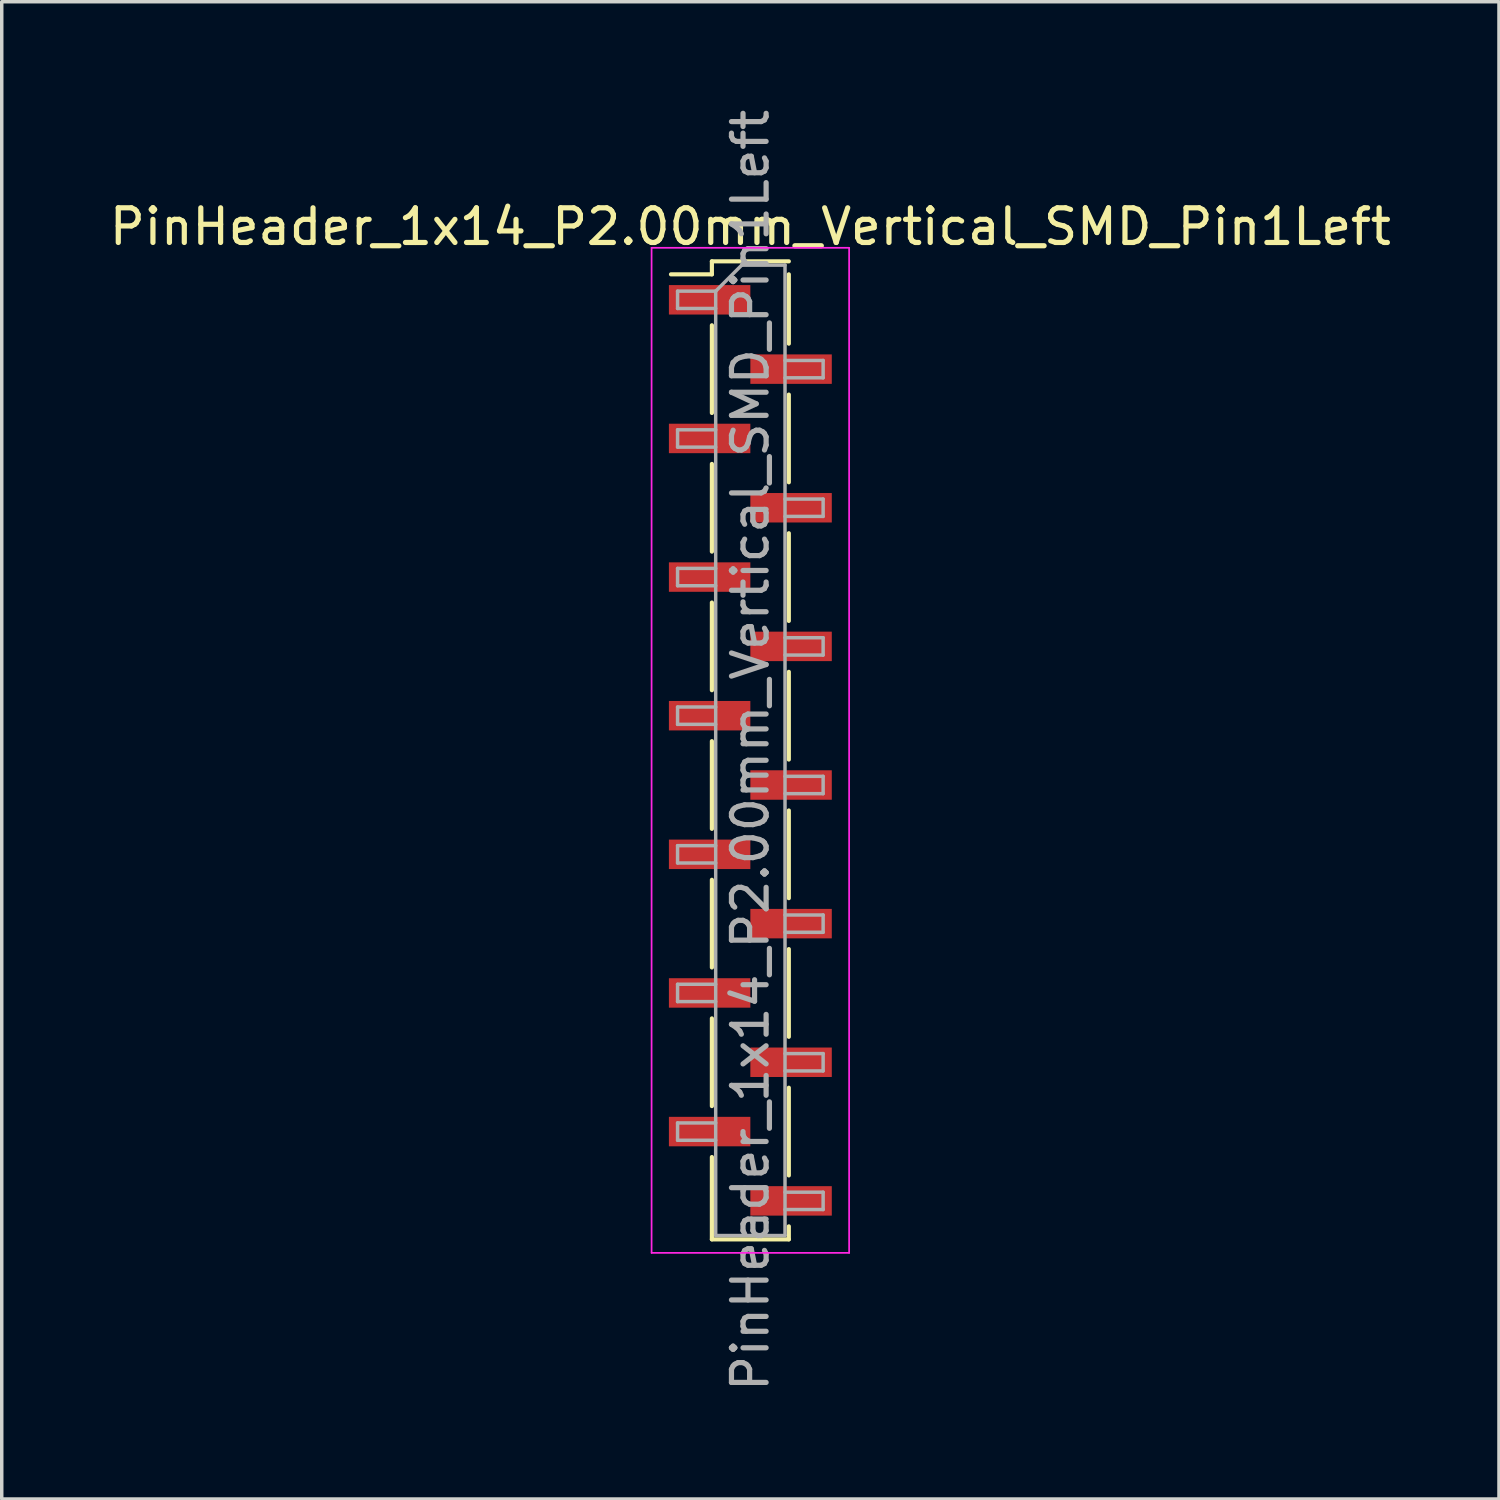
<source format=kicad_pcb>
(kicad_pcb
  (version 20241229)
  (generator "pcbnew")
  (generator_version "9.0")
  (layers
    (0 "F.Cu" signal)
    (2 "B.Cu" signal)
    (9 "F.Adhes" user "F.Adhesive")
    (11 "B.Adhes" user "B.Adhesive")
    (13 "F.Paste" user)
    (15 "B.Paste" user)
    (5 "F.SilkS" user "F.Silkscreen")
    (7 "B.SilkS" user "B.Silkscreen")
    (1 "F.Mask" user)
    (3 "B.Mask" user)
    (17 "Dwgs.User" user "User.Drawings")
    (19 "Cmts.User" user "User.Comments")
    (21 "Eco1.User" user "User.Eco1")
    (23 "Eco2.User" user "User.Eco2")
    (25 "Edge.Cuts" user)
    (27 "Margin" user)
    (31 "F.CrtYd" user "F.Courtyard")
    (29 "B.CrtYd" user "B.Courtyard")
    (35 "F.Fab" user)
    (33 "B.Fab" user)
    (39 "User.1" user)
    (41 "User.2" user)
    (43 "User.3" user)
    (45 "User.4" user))
  (footprint "PinHeader_1x14_P2.00mm_Vertical_SMD_Pin1Left"
    (layer "F.Cu")
    (at 18.601 18.601)
    (property "Reference" "PinHeader_1x14_P2.00mm_Vertical_SMD_Pin1Left" (at 0 -15.11 0) (layer "F.SilkS") (effects (font (size 1 1) (thickness 0.15))))
    (attr smd)
    (fp_line (start -1.11 -14.11) (end -1.11 -13.735) (stroke (width 0.12) (type solid)) (layer "F.SilkS"))
    (fp_line (start -1.11 -14.11) (end 1.11 -14.11) (stroke (width 0.12) (type solid)) (layer "F.SilkS"))
    (fp_line (start -1.11 -13.735) (end -2.29 -13.735) (stroke (width 0.12) (type solid)) (layer "F.SilkS"))
    (fp_line (start -1.11 -12.265) (end -1.11 -9.735) (stroke (width 0.12) (type solid)) (layer "F.SilkS"))
    (fp_line (start -1.11 -8.265) (end -1.11 -5.735) (stroke (width 0.12) (type solid)) (layer "F.SilkS"))
    (fp_line (start -1.11 -4.265) (end -1.11 -1.735) (stroke (width 0.12) (type solid)) (layer "F.SilkS"))
    (fp_line (start -1.11 -0.265) (end -1.11 2.265) (stroke (width 0.12) (type solid)) (layer "F.SilkS"))
    (fp_line (start -1.11 3.735) (end -1.11 6.265) (stroke (width 0.12) (type solid)) (layer "F.SilkS"))
    (fp_line (start -1.11 7.735) (end -1.11 10.265) (stroke (width 0.12) (type solid)) (layer "F.SilkS"))
    (fp_line (start -1.11 11.735) (end -1.11 14.11) (stroke (width 0.12) (type solid)) (layer "F.SilkS"))
    (fp_line (start -1.11 14.11) (end 1.11 14.11) (stroke (width 0.12) (type solid)) (layer "F.SilkS"))
    (fp_line (start 1.11 -13.735) (end 1.11 -11.735) (stroke (width 0.12) (type solid)) (layer "F.SilkS"))
    (fp_line (start 1.11 -10.265) (end 1.11 -7.735) (stroke (width 0.12) (type solid)) (layer "F.SilkS"))
    (fp_line (start 1.11 -6.265) (end 1.11 -3.735) (stroke (width 0.12) (type solid)) (layer "F.SilkS"))
    (fp_line (start 1.11 -2.265) (end 1.11 0.265) (stroke (width 0.12) (type solid)) (layer "F.SilkS"))
    (fp_line (start 1.11 1.735) (end 1.11 4.265) (stroke (width 0.12) (type solid)) (layer "F.SilkS"))
    (fp_line (start 1.11 5.735) (end 1.11 8.265) (stroke (width 0.12) (type solid)) (layer "F.SilkS"))
    (fp_line (start 1.11 9.735) (end 1.11 12.265) (stroke (width 0.12) (type solid)) (layer "F.SilkS"))
    (fp_line (start 1.11 13.735) (end 1.11 14.11) (stroke (width 0.12) (type solid)) (layer "F.SilkS"))
    (fp_line (start -2.85 -14.5) (end -2.85 14.5) (stroke (width 0.05) (type solid)) (layer "F.CrtYd"))
    (fp_line (start -2.85 14.5) (end 2.85 14.5) (stroke (width 0.05) (type solid)) (layer "F.CrtYd"))
    (fp_line (start 2.85 -14.5) (end -2.85 -14.5) (stroke (width 0.05) (type solid)) (layer "F.CrtYd"))
    (fp_line (start 2.85 14.5) (end 2.85 -14.5) (stroke (width 0.05) (type solid)) (layer "F.CrtYd"))
    (fp_line (start -2.1 -13.25) (end -2.1 -12.75) (stroke (width 0.1) (type solid)) (layer "F.Fab"))
    (fp_line (start -2.1 -12.75) (end -1 -12.75) (stroke (width 0.1) (type solid)) (layer "F.Fab"))
    (fp_line (start -2.1 -9.25) (end -2.1 -8.75) (stroke (width 0.1) (type solid)) (layer "F.Fab"))
    (fp_line (start -2.1 -8.75) (end -1 -8.75) (stroke (width 0.1) (type solid)) (layer "F.Fab"))
    (fp_line (start -2.1 -5.25) (end -2.1 -4.75) (stroke (width 0.1) (type solid)) (layer "F.Fab"))
    (fp_line (start -2.1 -4.75) (end -1 -4.75) (stroke (width 0.1) (type solid)) (layer "F.Fab"))
    (fp_line (start -2.1 -1.25) (end -2.1 -0.75) (stroke (width 0.1) (type solid)) (layer "F.Fab"))
    (fp_line (start -2.1 -0.75) (end -1 -0.75) (stroke (width 0.1) (type solid)) (layer "F.Fab"))
    (fp_line (start -2.1 2.75) (end -2.1 3.25) (stroke (width 0.1) (type solid)) (layer "F.Fab"))
    (fp_line (start -2.1 3.25) (end -1 3.25) (stroke (width 0.1) (type solid)) (layer "F.Fab"))
    (fp_line (start -2.1 6.75) (end -2.1 7.25) (stroke (width 0.1) (type solid)) (layer "F.Fab"))
    (fp_line (start -2.1 7.25) (end -1 7.25) (stroke (width 0.1) (type solid)) (layer "F.Fab"))
    (fp_line (start -2.1 10.75) (end -2.1 11.25) (stroke (width 0.1) (type solid)) (layer "F.Fab"))
    (fp_line (start -2.1 11.25) (end -1 11.25) (stroke (width 0.1) (type solid)) (layer "F.Fab"))
    (fp_line (start -1 -13.25) (end -2.1 -13.25) (stroke (width 0.1) (type solid)) (layer "F.Fab"))
    (fp_line (start -1 -13.25) (end -0.25 -14) (stroke (width 0.1) (type solid)) (layer "F.Fab"))
    (fp_line (start -1 -9.25) (end -2.1 -9.25) (stroke (width 0.1) (type solid)) (layer "F.Fab"))
    (fp_line (start -1 -5.25) (end -2.1 -5.25) (stroke (width 0.1) (type solid)) (layer "F.Fab"))
    (fp_line (start -1 -1.25) (end -2.1 -1.25) (stroke (width 0.1) (type solid)) (layer "F.Fab"))
    (fp_line (start -1 2.75) (end -2.1 2.75) (stroke (width 0.1) (type solid)) (layer "F.Fab"))
    (fp_line (start -1 6.75) (end -2.1 6.75) (stroke (width 0.1) (type solid)) (layer "F.Fab"))
    (fp_line (start -1 10.75) (end -2.1 10.75) (stroke (width 0.1) (type solid)) (layer "F.Fab"))
    (fp_line (start -1 14) (end -1 -13.25) (stroke (width 0.1) (type solid)) (layer "F.Fab"))
    (fp_line (start -0.25 -14) (end 1 -14) (stroke (width 0.1) (type solid)) (layer "F.Fab"))
    (fp_line (start 1 -14) (end 1 14) (stroke (width 0.1) (type solid)) (layer "F.Fab"))
    (fp_line (start 1 -11.25) (end 2.1 -11.25) (stroke (width 0.1) (type solid)) (layer "F.Fab"))
    (fp_line (start 1 -7.25) (end 2.1 -7.25) (stroke (width 0.1) (type solid)) (layer "F.Fab"))
    (fp_line (start 1 -3.25) (end 2.1 -3.25) (stroke (width 0.1) (type solid)) (layer "F.Fab"))
    (fp_line (start 1 0.75) (end 2.1 0.75) (stroke (width 0.1) (type solid)) (layer "F.Fab"))
    (fp_line (start 1 4.75) (end 2.1 4.75) (stroke (width 0.1) (type solid)) (layer "F.Fab"))
    (fp_line (start 1 8.75) (end 2.1 8.75) (stroke (width 0.1) (type solid)) (layer "F.Fab"))
    (fp_line (start 1 12.75) (end 2.1 12.75) (stroke (width 0.1) (type solid)) (layer "F.Fab"))
    (fp_line (start 1 14) (end -1 14) (stroke (width 0.1) (type solid)) (layer "F.Fab"))
    (fp_line (start 2.1 -11.25) (end 2.1 -10.75) (stroke (width 0.1) (type solid)) (layer "F.Fab"))
    (fp_line (start 2.1 -10.75) (end 1 -10.75) (stroke (width 0.1) (type solid)) (layer "F.Fab"))
    (fp_line (start 2.1 -7.25) (end 2.1 -6.75) (stroke (width 0.1) (type solid)) (layer "F.Fab"))
    (fp_line (start 2.1 -6.75) (end 1 -6.75) (stroke (width 0.1) (type solid)) (layer "F.Fab"))
    (fp_line (start 2.1 -3.25) (end 2.1 -2.75) (stroke (width 0.1) (type solid)) (layer "F.Fab"))
    (fp_line (start 2.1 -2.75) (end 1 -2.75) (stroke (width 0.1) (type solid)) (layer "F.Fab"))
    (fp_line (start 2.1 0.75) (end 2.1 1.25) (stroke (width 0.1) (type solid)) (layer "F.Fab"))
    (fp_line (start 2.1 1.25) (end 1 1.25) (stroke (width 0.1) (type solid)) (layer "F.Fab"))
    (fp_line (start 2.1 4.75) (end 2.1 5.25) (stroke (width 0.1) (type solid)) (layer "F.Fab"))
    (fp_line (start 2.1 5.25) (end 1 5.25) (stroke (width 0.1) (type solid)) (layer "F.Fab"))
    (fp_line (start 2.1 8.75) (end 2.1 9.25) (stroke (width 0.1) (type solid)) (layer "F.Fab"))
    (fp_line (start 2.1 9.25) (end 1 9.25) (stroke (width 0.1) (type solid)) (layer "F.Fab"))
    (fp_line (start 2.1 12.75) (end 2.1 13.25) (stroke (width 0.1) (type solid)) (layer "F.Fab"))
    (fp_line (start 2.1 13.25) (end 1 13.25) (stroke (width 0.1) (type solid)) (layer "F.Fab"))
    (fp_text user "${REFERENCE}" (at 0 0 90) (layer "F.Fab") (effects (font (size 1 1) (thickness 0.15))))
    (pad "1" smd rect (at -1.175 -13) (size 2.35 0.85) (layers "F.Cu" "F.Mask" "F.Paste"))
    (pad "2" smd rect (at 1.175 -11) (size 2.35 0.85) (layers "F.Cu" "F.Mask" "F.Paste"))
    (pad "3" smd rect (at -1.175 -9) (size 2.35 0.85) (layers "F.Cu" "F.Mask" "F.Paste"))
    (pad "4" smd rect (at 1.175 -7) (size 2.35 0.85) (layers "F.Cu" "F.Mask" "F.Paste"))
    (pad "5" smd rect (at -1.175 -5) (size 2.35 0.85) (layers "F.Cu" "F.Mask" "F.Paste"))
    (pad "6" smd rect (at 1.175 -3) (size 2.35 0.85) (layers "F.Cu" "F.Mask" "F.Paste"))
    (pad "7" smd rect (at -1.175 -1) (size 2.35 0.85) (layers "F.Cu" "F.Mask" "F.Paste"))
    (pad "8" smd rect (at 1.175 1) (size 2.35 0.85) (layers "F.Cu" "F.Mask" "F.Paste"))
    (pad "9" smd rect (at -1.175 3) (size 2.35 0.85) (layers "F.Cu" "F.Mask" "F.Paste"))
    (pad "10" smd rect (at 1.175 5) (size 2.35 0.85) (layers "F.Cu" "F.Mask" "F.Paste"))
    (pad "11" smd rect (at -1.175 7) (size 2.35 0.85) (layers "F.Cu" "F.Mask" "F.Paste"))
    (pad "12" smd rect (at 1.175 9) (size 2.35 0.85) (layers "F.Cu" "F.Mask" "F.Paste"))
    (pad "13" smd rect (at -1.175 11) (size 2.35 0.85) (layers "F.Cu" "F.Mask" "F.Paste"))
    (pad "14" smd rect (at 1.175 13) (size 2.35 0.85) (layers "F.Cu" "F.Mask" "F.Paste")))
  (gr_rect
    (start -3 -3)
    (end 40.202 40.202)
    (stroke (width 0.1) (type default))
    (fill no)
    (layer "Edge.Cuts")))
</source>
